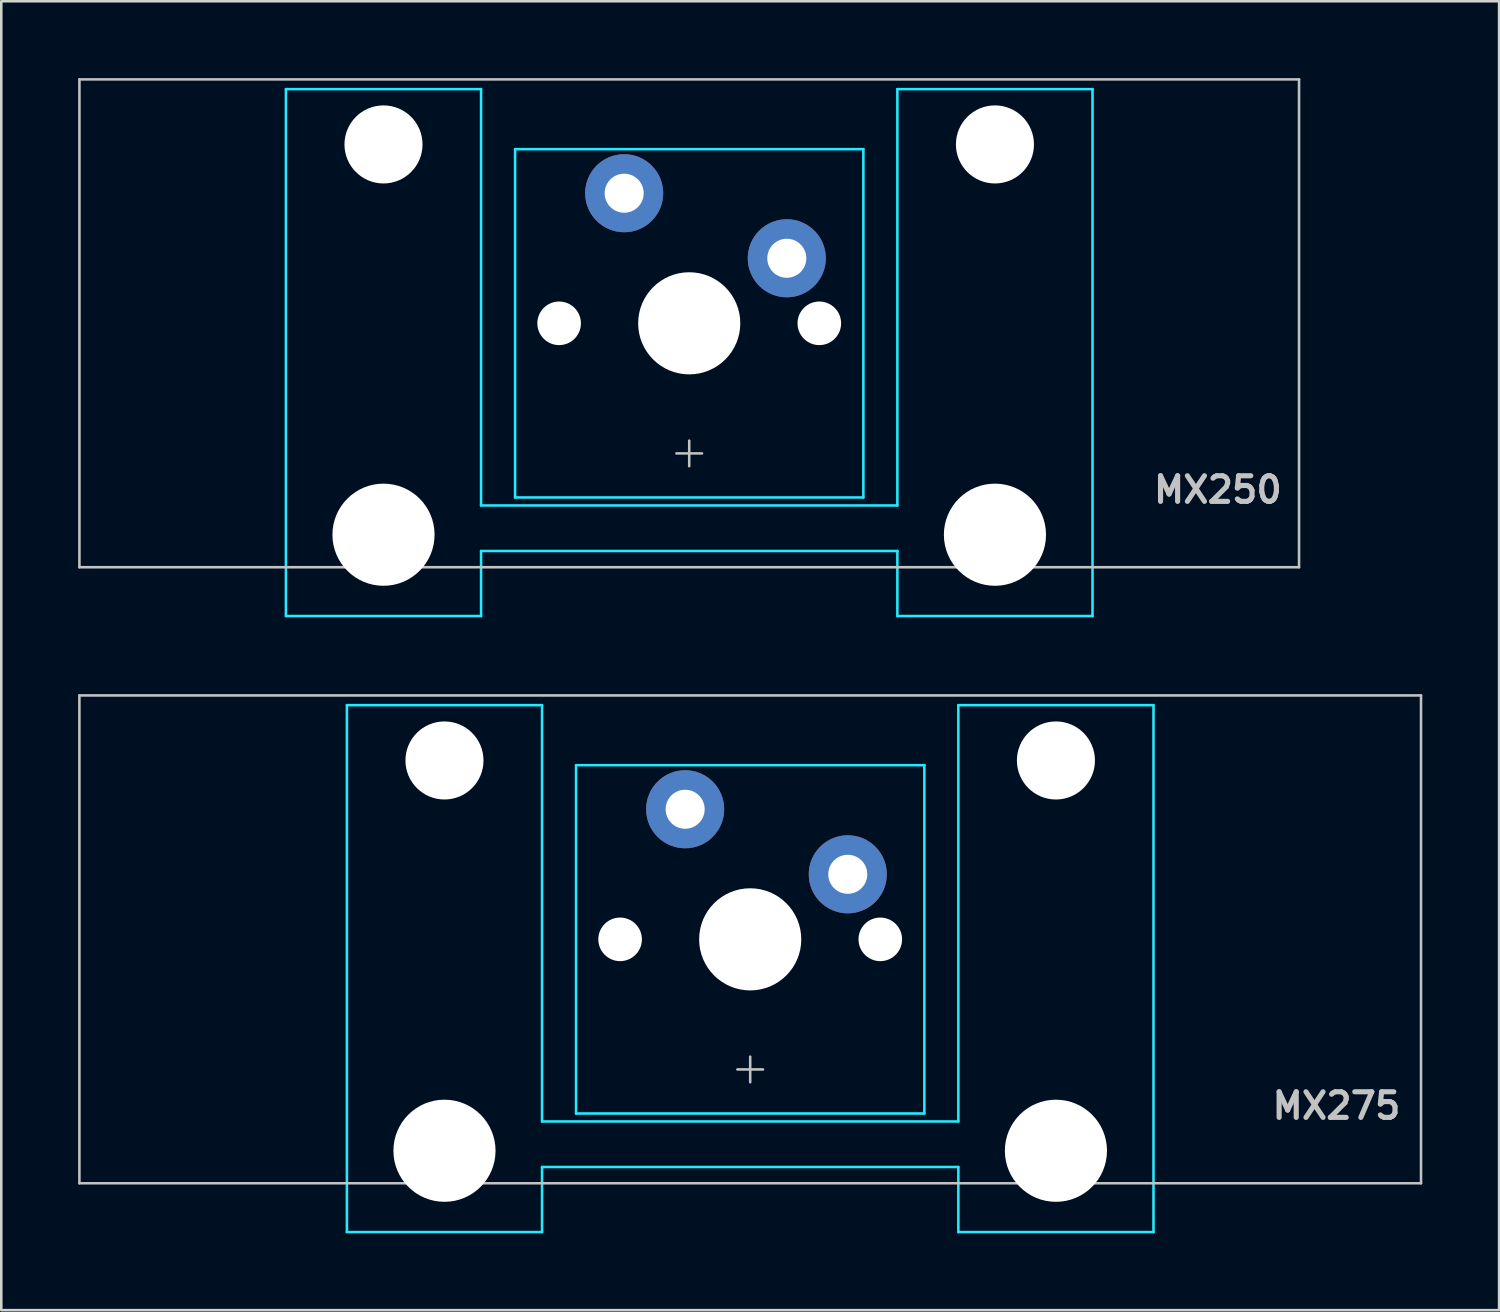
<source format=kicad_pcb>
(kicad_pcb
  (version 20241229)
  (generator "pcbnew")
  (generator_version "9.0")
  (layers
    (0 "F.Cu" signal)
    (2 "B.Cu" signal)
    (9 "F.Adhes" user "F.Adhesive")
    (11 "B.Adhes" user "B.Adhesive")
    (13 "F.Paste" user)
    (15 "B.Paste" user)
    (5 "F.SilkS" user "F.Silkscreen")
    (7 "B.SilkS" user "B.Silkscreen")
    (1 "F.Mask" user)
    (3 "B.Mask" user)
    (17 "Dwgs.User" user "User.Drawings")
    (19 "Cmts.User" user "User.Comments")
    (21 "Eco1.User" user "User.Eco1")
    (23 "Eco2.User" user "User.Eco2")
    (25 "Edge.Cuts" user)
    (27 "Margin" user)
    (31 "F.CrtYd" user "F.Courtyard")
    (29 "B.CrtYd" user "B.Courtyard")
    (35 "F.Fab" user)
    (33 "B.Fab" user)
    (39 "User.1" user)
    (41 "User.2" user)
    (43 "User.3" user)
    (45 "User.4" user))
  (footprint "MX250"
    (layer "F.Cu")
    (at 23.863 9.575)
    (property "Reference" "MX250" (at 23.25 6.5 0) (layer "Dwgs.User") (effects (font (size 1 1) (thickness 0.2)) (justify right)))
    (attr through_hole)
    (fp_line (start -23.812 -9.525) (end -23.812 9.525) (stroke (width 0.1) (type solid)) (layer "Dwgs.User"))
    (fp_line (start -23.812 -9.525) (end 23.812 -9.525) (stroke (width 0.1) (type solid)) (layer "Dwgs.User"))
    (fp_line (start -23.812 9.525) (end 23.812 9.525) (stroke (width 0.1) (type solid)) (layer "Dwgs.User"))
    (fp_line (start -0.5 5.08) (end 0.5 5.08) (stroke (width 0.1) (type solid)) (layer "Dwgs.User"))
    (fp_line (start 0 5.58) (end 0 4.58) (stroke (width 0.1) (type solid)) (layer "Dwgs.User"))
    (fp_line (start 23.812 -9.525) (end 23.812 9.525) (stroke (width 0.1) (type solid)) (layer "Dwgs.User"))
    (fp_line (start -15.438 -5.485) (end -15.438 8.515) (stroke (width 0.1) (type solid)) (layer "Eco1.User"))
    (fp_line (start -14.938 -5.985) (end -8.938 -5.985) (stroke (width 0.1) (type solid)) (layer "Eco1.User"))
    (fp_line (start -8.938 9.015) (end -14.938 9.015) (stroke (width 0.1) (type solid)) (layer "Eco1.User"))
    (fp_line (start -8.438 8.515) (end -8.438 -5.485) (stroke (width 0.1) (type solid)) (layer "Eco1.User"))
    (fp_line (start -7 -6.5) (end -7 6.5) (stroke (width 0.1) (type solid)) (layer "Eco1.User"))
    (fp_line (start -6.5 7) (end 6.5 7) (stroke (width 0.1) (type solid)) (layer "Eco1.User"))
    (fp_line (start 6.5 -7) (end -6.5 -7) (stroke (width 0.1) (type solid)) (layer "Eco1.User"))
    (fp_line (start 7 6.5) (end 7 -6.5) (stroke (width 0.1) (type solid)) (layer "Eco1.User"))
    (fp_line (start 8.438 -5.485) (end 8.438 8.515) (stroke (width 0.1) (type solid)) (layer "Eco1.User"))
    (fp_line (start 8.938 -5.985) (end 14.938 -5.985) (stroke (width 0.1) (type solid)) (layer "Eco1.User"))
    (fp_line (start 14.938 9.015) (end 8.938 9.015) (stroke (width 0.1) (type solid)) (layer "Eco1.User"))
    (fp_line (start 15.438 8.515) (end 15.438 -5.485) (stroke (width 0.1) (type solid)) (layer "Eco1.User"))
    (fp_arc (start -15.438 -5.485) (mid -15.291553 -5.838553) (end -14.938 -5.985) (stroke (width 0.1) (type solid)) (layer "Eco1.User"))
    (fp_arc (start -14.938 9.015) (mid -15.291553 8.868553) (end -15.438 8.515) (stroke (width 0.1) (type solid)) (layer "Eco1.User"))
    (fp_arc (start -8.938 -5.985) (mid -8.584447 -5.838553) (end -8.438 -5.485) (stroke (width 0.1) (type solid)) (layer "Eco1.User"))
    (fp_arc (start -8.438 8.515) (mid -8.584447 8.868553) (end -8.938 9.015) (stroke (width 0.1) (type solid)) (layer "Eco1.User"))
    (fp_arc (start -7 -6.5) (mid -6.853553 -6.853553) (end -6.5 -7) (stroke (width 0.1) (type solid)) (layer "Eco1.User"))
    (fp_arc (start -6.5 7) (mid -6.853553 6.853553) (end -7 6.5) (stroke (width 0.1) (type solid)) (layer "Eco1.User"))
    (fp_arc (start 6.5 -7) (mid 6.853553 -6.853553) (end 7 -6.5) (stroke (width 0.1) (type solid)) (layer "Eco1.User"))
    (fp_arc (start 7 6.5) (mid 6.853553 6.853553) (end 6.5 7) (stroke (width 0.1) (type solid)) (layer "Eco1.User"))
    (fp_arc (start 8.438 -5.485) (mid 8.584447 -5.838553) (end 8.938 -5.985) (stroke (width 0.1) (type solid)) (layer "Eco1.User"))
    (fp_arc (start 8.938 9.015) (mid 8.584447 8.868553) (end 8.438 8.515) (stroke (width 0.1) (type solid)) (layer "Eco1.User"))
    (fp_arc (start 14.938 -5.985) (mid 15.291553 -5.838553) (end 15.438 -5.485) (stroke (width 0.1) (type solid)) (layer "Eco1.User"))
    (fp_arc (start 15.438 8.515) (mid 15.291553 8.868553) (end 14.938 9.015) (stroke (width 0.1) (type solid)) (layer "Eco1.User"))
    (fp_line (start -15.748 -9.144) (end -8.128 -9.144) (stroke (width 0.1) (type solid)) (layer "B.CrtYd"))
    (fp_line (start -15.748 11.43) (end -15.748 -9.144) (stroke (width 0.1) (type solid)) (layer "B.CrtYd"))
    (fp_line (start -8.128 -9.144) (end -8.128 7.112) (stroke (width 0.1) (type solid)) (layer "B.CrtYd"))
    (fp_line (start -8.128 7.112) (end 8.128 7.112) (stroke (width 0.1) (type solid)) (layer "B.CrtYd"))
    (fp_line (start -8.128 8.89) (end 8.128 8.89) (stroke (width 0.1) (type solid)) (layer "B.CrtYd"))
    (fp_line (start -8.128 11.43) (end -15.748 11.43) (stroke (width 0.1) (type solid)) (layer "B.CrtYd"))
    (fp_line (start -8.128 11.43) (end -8.128 8.89) (stroke (width 0.1) (type solid)) (layer "B.CrtYd"))
    (fp_line (start -6.8 6.8) (end -6.8 -6.8) (stroke (width 0.1) (type solid)) (layer "B.CrtYd"))
    (fp_line (start 6.8 -6.8) (end -6.8 -6.8) (stroke (width 0.1) (type solid)) (layer "B.CrtYd"))
    (fp_line (start 6.8 6.8) (end -6.8 6.8) (stroke (width 0.1) (type solid)) (layer "B.CrtYd"))
    (fp_line (start 6.8 6.8) (end 6.8 -6.8) (stroke (width 0.1) (type solid)) (layer "B.CrtYd"))
    (fp_line (start 8.128 -9.144) (end 8.128 7.112) (stroke (width 0.1) (type solid)) (layer "B.CrtYd"))
    (fp_line (start 8.128 -9.144) (end 15.748 -9.144) (stroke (width 0.1) (type solid)) (layer "B.CrtYd"))
    (fp_line (start 8.128 11.43) (end 8.128 8.89) (stroke (width 0.1) (type solid)) (layer "B.CrtYd"))
    (fp_line (start 15.748 -9.144) (end 15.748 11.43) (stroke (width 0.1) (type solid)) (layer "B.CrtYd"))
    (fp_line (start 15.748 11.43) (end 8.128 11.43) (stroke (width 0.1) (type solid)) (layer "B.CrtYd"))
    (pad "" np_thru_hole circle (at -11.938 -6.985) (size 3.048 3.048) (drill 3.048) (layers "*.Cu" "*.Mask"))
    (pad "" smd circle (at -11.938 -6.985) (size 3.988 3.988) (layers "F.Mask"))
    (pad "" np_thru_hole circle (at -11.938 8.255) (size 3.988 3.988) (drill 3.988) (layers "*.Cu" "*.Mask"))
    (pad "" np_thru_hole circle (at -5.08 0) (size 1.702 1.702) (drill 1.702) (layers "*.Cu" "*.Mask"))
    (pad "" np_thru_hole circle (at 0 0) (size 3.988 3.988) (drill 3.988) (layers "*.Cu" "*.Mask"))
    (pad "" np_thru_hole circle (at 5.08 0) (size 1.702 1.702) (drill 1.702) (layers "*.Cu" "*.Mask"))
    (pad "" np_thru_hole circle (at 11.938 -6.985) (size 3.048 3.048) (drill 3.048) (layers "*.Cu" "*.Mask"))
    (pad "" smd circle (at 11.938 -6.985) (size 3.988 3.988) (layers "F.Mask"))
    (pad "" np_thru_hole circle (at 11.938 8.255) (size 3.988 3.988) (drill 3.988) (layers "*.Cu" "*.Mask"))
    (pad "1" thru_hole circle (at -2.54 -5.08) (size 3.048 3.048) (drill 1.524) (layers "*.Cu" "*.Mask"))
    (pad "2" thru_hole circle (at 3.81 -2.54) (size 3.048 3.048) (drill 1.524) (layers "*.Cu" "*.Mask")))
  (footprint "MX275"
    (layer "F.Cu")
    (at 26.244 33.63)
    (property "Reference" "MX275" (at 25.5 6.5 0) (layer "Dwgs.User") (effects (font (size 1 1) (thickness 0.2)) (justify right)))
    (attr through_hole)
    (fp_line (start -26.194 -9.525) (end -26.194 9.525) (stroke (width 0.1) (type solid)) (layer "Dwgs.User"))
    (fp_line (start -26.194 -9.525) (end 26.194 -9.525) (stroke (width 0.1) (type solid)) (layer "Dwgs.User"))
    (fp_line (start -26.194 9.525) (end 26.194 9.525) (stroke (width 0.1) (type solid)) (layer "Dwgs.User"))
    (fp_line (start -0.5 5.08) (end 0.5 5.08) (stroke (width 0.1) (type solid)) (layer "Dwgs.User"))
    (fp_line (start 0 5.58) (end 0 4.58) (stroke (width 0.1) (type solid)) (layer "Dwgs.User"))
    (fp_line (start 26.194 -9.525) (end 26.194 9.525) (stroke (width 0.1) (type solid)) (layer "Dwgs.User"))
    (fp_line (start -15.438 -5.485) (end -15.438 8.515) (stroke (width 0.1) (type solid)) (layer "Eco1.User"))
    (fp_line (start -14.938 -5.985) (end -8.938 -5.985) (stroke (width 0.1) (type solid)) (layer "Eco1.User"))
    (fp_line (start -8.938 9.015) (end -14.938 9.015) (stroke (width 0.1) (type solid)) (layer "Eco1.User"))
    (fp_line (start -8.438 8.515) (end -8.438 -5.485) (stroke (width 0.1) (type solid)) (layer "Eco1.User"))
    (fp_line (start -7 -6.5) (end -7 6.5) (stroke (width 0.1) (type solid)) (layer "Eco1.User"))
    (fp_line (start -6.5 7) (end 6.5 7) (stroke (width 0.1) (type solid)) (layer "Eco1.User"))
    (fp_line (start 6.5 -7) (end -6.5 -7) (stroke (width 0.1) (type solid)) (layer "Eco1.User"))
    (fp_line (start 7 6.5) (end 7 -6.5) (stroke (width 0.1) (type solid)) (layer "Eco1.User"))
    (fp_line (start 8.438 -5.485) (end 8.438 8.515) (stroke (width 0.1) (type solid)) (layer "Eco1.User"))
    (fp_line (start 8.938 -5.985) (end 14.938 -5.985) (stroke (width 0.1) (type solid)) (layer "Eco1.User"))
    (fp_line (start 14.938 9.015) (end 8.938 9.015) (stroke (width 0.1) (type solid)) (layer "Eco1.User"))
    (fp_line (start 15.438 8.515) (end 15.438 -5.485) (stroke (width 0.1) (type solid)) (layer "Eco1.User"))
    (fp_arc (start -15.438 -5.485) (mid -15.291553 -5.838553) (end -14.938 -5.985) (stroke (width 0.1) (type solid)) (layer "Eco1.User"))
    (fp_arc (start -14.938 9.015) (mid -15.291553 8.868553) (end -15.438 8.515) (stroke (width 0.1) (type solid)) (layer "Eco1.User"))
    (fp_arc (start -8.938 -5.985) (mid -8.584447 -5.838553) (end -8.438 -5.485) (stroke (width 0.1) (type solid)) (layer "Eco1.User"))
    (fp_arc (start -8.438 8.515) (mid -8.584447 8.868553) (end -8.938 9.015) (stroke (width 0.1) (type solid)) (layer "Eco1.User"))
    (fp_arc (start -7 -6.5) (mid -6.853553 -6.853553) (end -6.5 -7) (stroke (width 0.1) (type solid)) (layer "Eco1.User"))
    (fp_arc (start -6.5 7) (mid -6.853553 6.853553) (end -7 6.5) (stroke (width 0.1) (type solid)) (layer "Eco1.User"))
    (fp_arc (start 6.5 -7) (mid 6.853553 -6.853553) (end 7 -6.5) (stroke (width 0.1) (type solid)) (layer "Eco1.User"))
    (fp_arc (start 7 6.5) (mid 6.853553 6.853553) (end 6.5 7) (stroke (width 0.1) (type solid)) (layer "Eco1.User"))
    (fp_arc (start 8.438 -5.485) (mid 8.584447 -5.838553) (end 8.938 -5.985) (stroke (width 0.1) (type solid)) (layer "Eco1.User"))
    (fp_arc (start 8.938 9.015) (mid 8.584447 8.868553) (end 8.438 8.515) (stroke (width 0.1) (type solid)) (layer "Eco1.User"))
    (fp_arc (start 14.938 -5.985) (mid 15.291553 -5.838553) (end 15.438 -5.485) (stroke (width 0.1) (type solid)) (layer "Eco1.User"))
    (fp_arc (start 15.438 8.515) (mid 15.291553 8.868553) (end 14.938 9.015) (stroke (width 0.1) (type solid)) (layer "Eco1.User"))
    (fp_line (start -15.748 -9.144) (end -8.128 -9.144) (stroke (width 0.1) (type solid)) (layer "B.CrtYd"))
    (fp_line (start -15.748 11.43) (end -15.748 -9.144) (stroke (width 0.1) (type solid)) (layer "B.CrtYd"))
    (fp_line (start -8.128 -9.144) (end -8.128 7.112) (stroke (width 0.1) (type solid)) (layer "B.CrtYd"))
    (fp_line (start -8.128 7.112) (end 8.128 7.112) (stroke (width 0.1) (type solid)) (layer "B.CrtYd"))
    (fp_line (start -8.128 8.89) (end 8.128 8.89) (stroke (width 0.1) (type solid)) (layer "B.CrtYd"))
    (fp_line (start -8.128 11.43) (end -15.748 11.43) (stroke (width 0.1) (type solid)) (layer "B.CrtYd"))
    (fp_line (start -8.128 11.43) (end -8.128 8.89) (stroke (width 0.1) (type solid)) (layer "B.CrtYd"))
    (fp_line (start -6.8 6.8) (end -6.8 -6.8) (stroke (width 0.1) (type solid)) (layer "B.CrtYd"))
    (fp_line (start 6.8 -6.8) (end -6.8 -6.8) (stroke (width 0.1) (type solid)) (layer "B.CrtYd"))
    (fp_line (start 6.8 6.8) (end -6.8 6.8) (stroke (width 0.1) (type solid)) (layer "B.CrtYd"))
    (fp_line (start 6.8 6.8) (end 6.8 -6.8) (stroke (width 0.1) (type solid)) (layer "B.CrtYd"))
    (fp_line (start 8.128 -9.144) (end 8.128 7.112) (stroke (width 0.1) (type solid)) (layer "B.CrtYd"))
    (fp_line (start 8.128 -9.144) (end 15.748 -9.144) (stroke (width 0.1) (type solid)) (layer "B.CrtYd"))
    (fp_line (start 8.128 11.43) (end 8.128 8.89) (stroke (width 0.1) (type solid)) (layer "B.CrtYd"))
    (fp_line (start 15.748 -9.144) (end 15.748 11.43) (stroke (width 0.1) (type solid)) (layer "B.CrtYd"))
    (fp_line (start 15.748 11.43) (end 8.128 11.43) (stroke (width 0.1) (type solid)) (layer "B.CrtYd"))
    (pad "" np_thru_hole circle (at -11.938 -6.985) (size 3.048 3.048) (drill 3.048) (layers "*.Cu" "*.Mask"))
    (pad "" smd circle (at -11.938 -6.985) (size 3.988 3.988) (layers "F.Mask"))
    (pad "" np_thru_hole circle (at -11.938 8.255) (size 3.988 3.988) (drill 3.988) (layers "*.Cu" "*.Mask"))
    (pad "" np_thru_hole circle (at -5.08 0) (size 1.702 1.702) (drill 1.702) (layers "*.Cu" "*.Mask"))
    (pad "" np_thru_hole circle (at 0 0) (size 3.988 3.988) (drill 3.988) (layers "*.Cu" "*.Mask"))
    (pad "" np_thru_hole circle (at 5.08 0) (size 1.702 1.702) (drill 1.702) (layers "*.Cu" "*.Mask"))
    (pad "" np_thru_hole circle (at 11.938 -6.985) (size 3.048 3.048) (drill 3.048) (layers "*.Cu" "*.Mask"))
    (pad "" smd circle (at 11.938 -6.985) (size 3.988 3.988) (layers "F.Mask"))
    (pad "" np_thru_hole circle (at 11.938 8.255) (size 3.988 3.988) (drill 3.988) (layers "*.Cu" "*.Mask"))
    (pad "1" thru_hole circle (at -2.54 -5.08) (size 3.048 3.048) (drill 1.524) (layers "*.Cu" "*.Mask"))
    (pad "2" thru_hole circle (at 3.81 -2.54) (size 3.048 3.048) (drill 1.524) (layers "*.Cu" "*.Mask")))
  (gr_rect
    (start -3 -3)
    (end 55.487 48.11)
    (stroke (width 0.1) (type default))
    (fill no)
    (layer "Edge.Cuts")))
</source>
